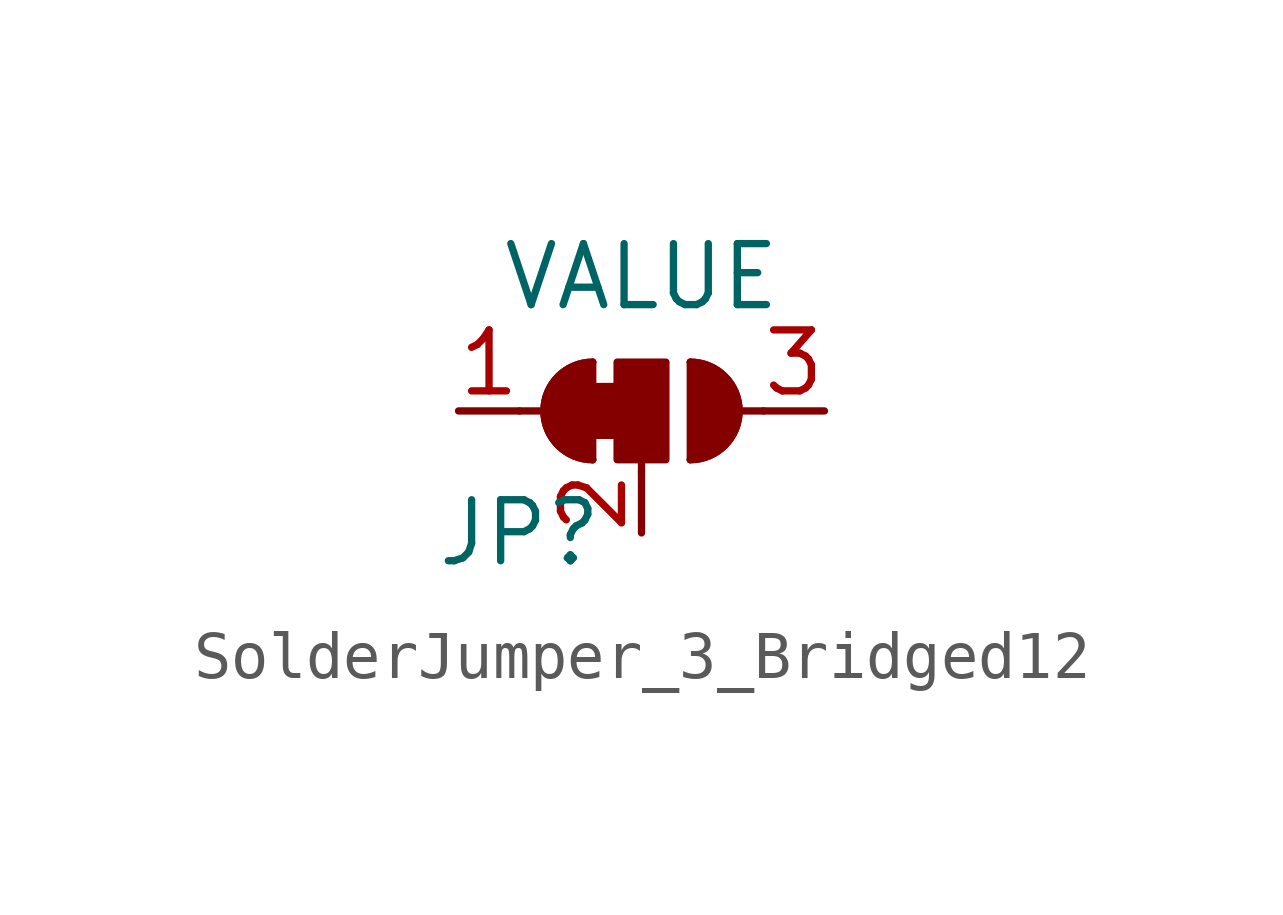
<source format=kicad_sym>
(kicad_symbol_lib
  (version 20241209)
  (generator "kicad_symbol_editor")
  (generator_version "9.0")
  (symbol "SolderJumper_3_Bridged12"
    (pin_names
      (offset 0)
      (hide yes))
    (property "Reference" "JP"
      (at -2.54 -2.54 0)
      (effects (font (size 1.27 1.27))))
    (property "Value" "VALUE"
      (at 0 2.794 0)
      (effects (font (size 1.27 1.27))))
    (symbol "SolderJumper_3_Bridged12_0_1"
      (polyline (pts (xy -2.54 0) (xy -2.032 0)) (stroke (width 0) (type default)) (fill (type none)))
      (polyline (pts (xy -1.016 1.016) (xy -1.016 -1.016)) (stroke (width 0) (type default)) (fill (type none)))
      (rectangle (start -1.016 0.508) (end -0.508 -0.508) (stroke (width 0) (type default)) (fill (type outline)))
      (arc (start -1.016 -1.016) (mid -2.0276 0) (end -1.016 1.016) (stroke (width 0) (type default)) (fill (type none)))
      (arc (start -1.016 -1.016) (mid -2.0276 0) (end -1.016 1.016) (stroke (width 0) (type default)) (fill (type outline)))
      (rectangle (start -0.508 1.016) (end 0.508 -1.016) (stroke (width 0) (type default)) (fill (type outline)))
      (polyline (pts (xy 0 -1.27) (xy 0 -1.016)) (stroke (width 0) (type default)) (fill (type none)))
      (arc (start 1.016 1.016) (mid 2.0276 0) (end 1.016 -1.016) (stroke (width 0) (type default)) (fill (type none)))
      (arc (start 1.016 1.016) (mid 2.0276 0) (end 1.016 -1.016) (stroke (width 0) (type default)) (fill (type outline)))
      (polyline (pts (xy 1.016 1.016) (xy 1.016 -1.016)) (stroke (width 0) (type default)) (fill (type none)))
      (polyline (pts (xy 2.54 0) (xy 2.032 0)) (stroke (width 0) (type default)) (fill (type none))))
    (symbol "SolderJumper_3_Bridged12_1_1"
      (pin passive line (at -3.81 0 0) (length 1.27) (name "A" (effects (font (size 1.27 1.27)))) (number "1" (effects (font (size 1.27 1.27)))))
      (pin passive line (at 0 -2.54 90) (length 1.27) (name "C" (effects (font (size 1.27 1.27)))) (number "2" (effects (font (size 1.27 1.27)))))
      (pin passive line (at 3.81 0 180) (length 1.27) (name "B" (effects (font (size 1.27 1.27)))) (number "3" (effects (font (size 1.27 1.27))))))))
</source>
